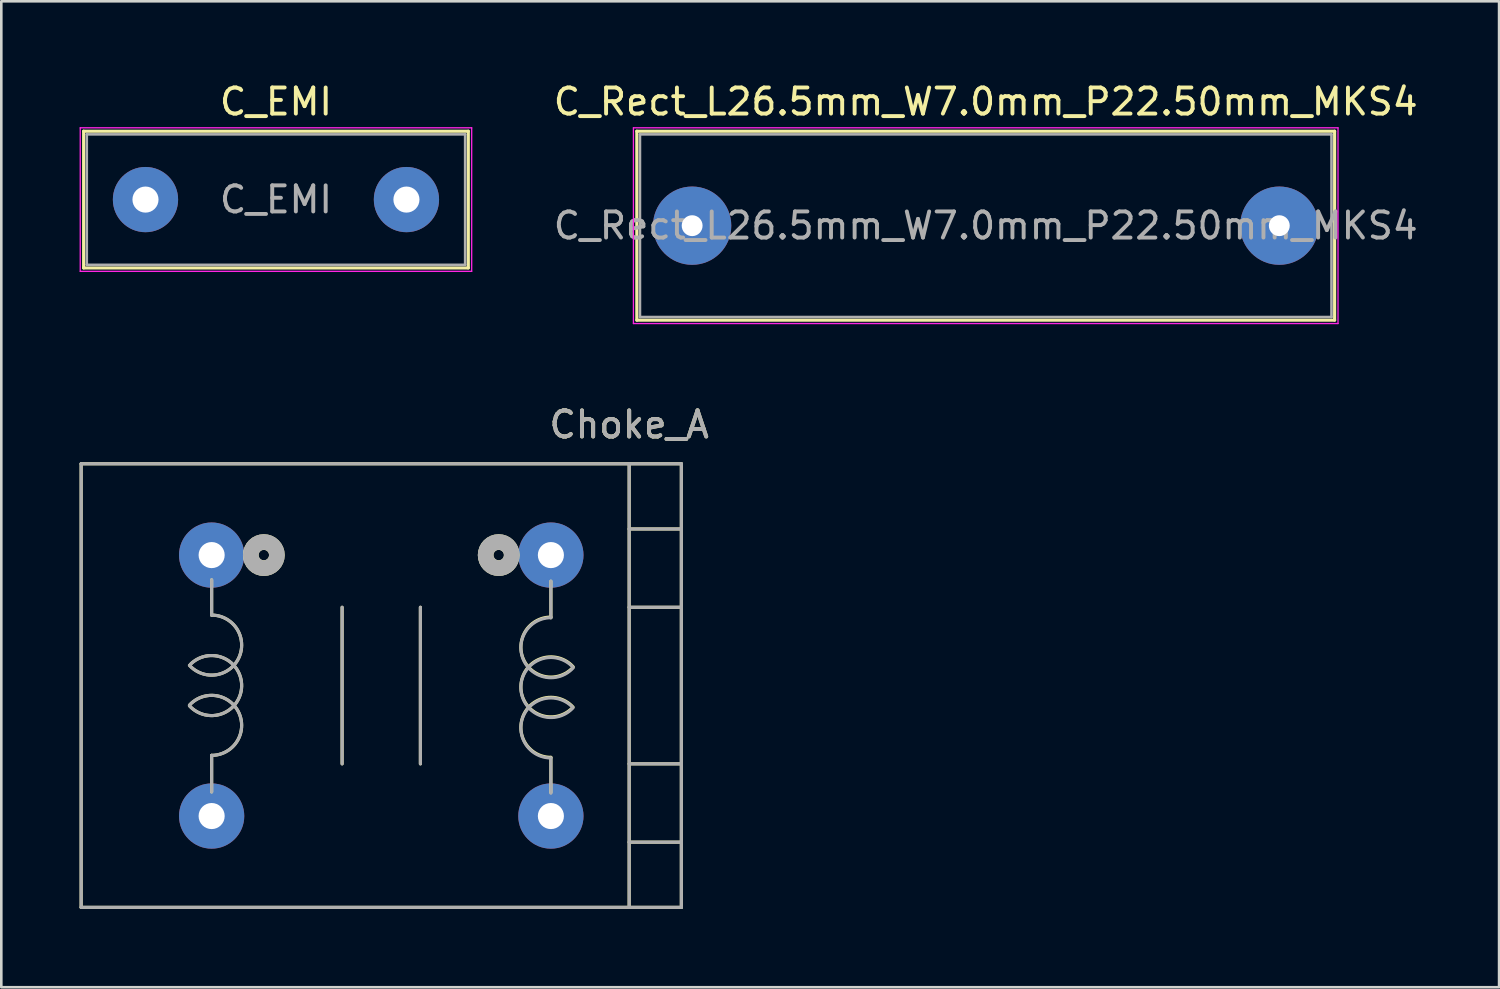
<source format=kicad_pcb>
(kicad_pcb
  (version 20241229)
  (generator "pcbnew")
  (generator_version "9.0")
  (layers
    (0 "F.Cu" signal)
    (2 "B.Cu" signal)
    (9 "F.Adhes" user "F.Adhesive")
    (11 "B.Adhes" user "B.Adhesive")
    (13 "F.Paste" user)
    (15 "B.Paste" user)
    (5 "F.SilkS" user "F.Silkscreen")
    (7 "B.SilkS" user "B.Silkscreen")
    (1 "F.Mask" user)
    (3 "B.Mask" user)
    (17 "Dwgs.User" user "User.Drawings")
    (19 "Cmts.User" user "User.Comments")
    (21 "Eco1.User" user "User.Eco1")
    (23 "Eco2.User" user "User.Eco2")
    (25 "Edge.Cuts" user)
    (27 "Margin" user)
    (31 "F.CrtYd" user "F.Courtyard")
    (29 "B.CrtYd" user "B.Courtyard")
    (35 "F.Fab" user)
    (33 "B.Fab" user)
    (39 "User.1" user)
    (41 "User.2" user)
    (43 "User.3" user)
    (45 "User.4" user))
  (footprint "C_EMI"
    (layer "F.Cu")
    (at 2.525 4.598)
    (property "Reference" "C_EMI" (at 5 -3.75 0) (layer "F.SilkS") (effects (font (size 1 1) (thickness 0.15))))
    (attr through_hole)
    (fp_line (start -2.37 -2.62) (end -2.37 2.62) (stroke (width 0.12) (type solid)) (layer "F.SilkS"))
    (fp_line (start -2.37 -2.62) (end 12.37 -2.62) (stroke (width 0.12) (type solid)) (layer "F.SilkS"))
    (fp_line (start -2.37 2.62) (end 12.37 2.62) (stroke (width 0.12) (type solid)) (layer "F.SilkS"))
    (fp_line (start 12.37 -2.62) (end 12.37 2.62) (stroke (width 0.12) (type solid)) (layer "F.SilkS"))
    (fp_line (start -2.5 -2.75) (end -2.5 2.75) (stroke (width 0.05) (type solid)) (layer "F.CrtYd"))
    (fp_line (start -2.5 2.75) (end 12.5 2.75) (stroke (width 0.05) (type solid)) (layer "F.CrtYd"))
    (fp_line (start 12.5 -2.75) (end -2.5 -2.75) (stroke (width 0.05) (type solid)) (layer "F.CrtYd"))
    (fp_line (start 12.5 2.75) (end 12.5 -2.75) (stroke (width 0.05) (type solid)) (layer "F.CrtYd"))
    (fp_line (start -2.25 -2.5) (end -2.25 2.5) (stroke (width 0.1) (type solid)) (layer "F.Fab"))
    (fp_line (start -2.25 2.5) (end 12.25 2.5) (stroke (width 0.1) (type solid)) (layer "F.Fab"))
    (fp_line (start 12.25 -2.5) (end -2.25 -2.5) (stroke (width 0.1) (type solid)) (layer "F.Fab"))
    (fp_line (start 12.25 2.5) (end 12.25 -2.5) (stroke (width 0.1) (type solid)) (layer "F.Fab"))
    (fp_text user "${REFERENCE}" (at 5 0 0) (layer "F.Fab") (effects (font (size 1 1) (thickness 0.15))))
    (pad "1" thru_hole circle (at 0 0) (size 2.5 2.5) (drill 1) (layers "*.Cu" "*.Mask"))
    (pad "2" thru_hole circle (at 10 0) (size 2.5 2.5) (drill 1) (layers "*.Cu" "*.Mask")))
  (footprint "Choke_A"
    (layer "F.Cu")
    (at 11.56 23.221)
    (property "Reference" "Choke_A" (at 9.5 -10 0) (layer "F.SilkS") (effects (font (size 1 1) (thickness 0.15))))
    (attr through_hole)
    (fp_line (start -11.5 -8.5) (end -11.5 8.5) (stroke (width 0.12) (type solid)) (layer "F.SilkS"))
    (fp_line (start -11.5 8.5) (end 11.5 8.5) (stroke (width 0.12) (type solid)) (layer "F.SilkS"))
    (fp_line (start -6.5 -2.7) (end -6.5 -4.05) (stroke (width 0.12) (type solid)) (layer "F.SilkS"))
    (fp_line (start -6.5 2.675) (end -6.5 4.075) (stroke (width 0.12) (type solid)) (layer "F.SilkS"))
    (fp_line (start -1.5 3) (end -1.5 -3) (stroke (width 0.12) (type solid)) (layer "F.SilkS"))
    (fp_line (start 1.5 3) (end 1.5 -3) (stroke (width 0.12) (type solid)) (layer "F.SilkS"))
    (fp_line (start 6.5 -2.6) (end 6.5 -4) (stroke (width 0.12) (type solid)) (layer "F.SilkS"))
    (fp_line (start 6.5 2.75) (end 6.5 4.1) (stroke (width 0.12) (type solid)) (layer "F.SilkS"))
    (fp_line (start 9.5 -6) (end 11.5 -6) (stroke (width 0.12) (type solid)) (layer "F.SilkS"))
    (fp_line (start 9.5 -3) (end 11.5 -3) (stroke (width 0.12) (type solid)) (layer "F.SilkS"))
    (fp_line (start 9.5 3) (end 11.5 3) (stroke (width 0.12) (type solid)) (layer "F.SilkS"))
    (fp_line (start 9.5 6) (end 11.5 6) (stroke (width 0.12) (type solid)) (layer "F.SilkS"))
    (fp_line (start 9.5 8.5) (end 9.5 -8.5) (stroke (width 0.12) (type solid)) (layer "F.SilkS"))
    (fp_line (start 11.5 -8.5) (end -11.5 -8.5) (stroke (width 0.12) (type solid)) (layer "F.SilkS"))
    (fp_line (start 11.5 8.5) (end 11.5 -8.5) (stroke (width 0.12) (type solid)) (layer "F.SilkS"))
    (fp_arc (start -7.349799 0.750183) (mid -5.447969 1.060532) (end -6.5 2.675) (stroke (width 0.12) (type solid)) (layer "F.SilkS"))
    (fp_arc (start -7.313365 -0.813365) (mid -5.350034 0.026524) (end -7.35 0.775) (stroke (width 0.12) (type solid)) (layer "F.SilkS"))
    (fp_arc (start -6.5 -2.700272) (mid -5.44772 -1.085422) (end -7.35 -0.775) (stroke (width 0.12) (type solid)) (layer "F.SilkS"))
    (fp_arc (start 6.5 2.750272) (mid 5.44772 1.135422) (end 7.35 0.825) (stroke (width 0.12) (type solid)) (layer "F.SilkS"))
    (fp_arc (start 7.313365 0.863365) (mid 5.350034 0.023476) (end 7.35 -0.725) (stroke (width 0.12) (type solid)) (layer "F.SilkS"))
    (fp_arc (start 7.349799 -0.700183) (mid 5.447969 -1.010532) (end 6.5 -2.625) (stroke (width 0.12) (type solid)) (layer "F.SilkS"))
    (fp_circle (center -4.5 -5) (end -4.3 -5) (stroke (width 0.6) (type solid)) (fill no) (layer "F.SilkS"))
    (fp_circle (center -4.5 -5) (end -4 -5) (stroke (width 0.2) (type solid)) (fill no) (layer "F.SilkS"))
    (fp_circle (center 4.5 -5) (end 4.7 -5) (stroke (width 0.6) (type solid)) (fill no) (layer "F.SilkS"))
    (fp_circle (center 4.5 -5) (end 5 -5) (stroke (width 0.2) (type solid)) (fill no) (layer "F.SilkS"))
    (fp_line (start -11.5 -8.5) (end -11.5 8.5) (stroke (width 0.12) (type solid)) (layer "F.Fab"))
    (fp_line (start -11.5 -8.5) (end 11.5 -8.5) (stroke (width 0.12) (type solid)) (layer "F.Fab"))
    (fp_line (start -11.5 8.5) (end 11.5 8.5) (stroke (width 0.12) (type solid)) (layer "F.Fab"))
    (fp_line (start -6.5 -2.7) (end -6.5 -4.05) (stroke (width 0.12) (type solid)) (layer "F.Fab"))
    (fp_line (start -6.5 2.675) (end -6.5 4.075) (stroke (width 0.12) (type solid)) (layer "F.Fab"))
    (fp_line (start -1.5 3) (end -1.5 -3) (stroke (width 0.12) (type solid)) (layer "F.Fab"))
    (fp_line (start 1.5 3) (end 1.5 -3) (stroke (width 0.12) (type solid)) (layer "F.Fab"))
    (fp_line (start 6.5 -2.6) (end 6.5 -4) (stroke (width 0.12) (type solid)) (layer "F.Fab"))
    (fp_line (start 6.5 2.775) (end 6.5 4.125) (stroke (width 0.12) (type solid)) (layer "F.Fab"))
    (fp_line (start 9.5 -8.5) (end 9.5 8.5) (stroke (width 0.12) (type solid)) (layer "F.Fab"))
    (fp_line (start 9.5 -6) (end 11.5 -6) (stroke (width 0.12) (type solid)) (layer "F.Fab"))
    (fp_line (start 9.5 -3) (end 11.5 -3) (stroke (width 0.12) (type solid)) (layer "F.Fab"))
    (fp_line (start 9.5 3) (end 11.5 3) (stroke (width 0.12) (type solid)) (layer "F.Fab"))
    (fp_line (start 9.5 6) (end 11.5 6) (stroke (width 0.12) (type solid)) (layer "F.Fab"))
    (fp_line (start 11.5 -8.5) (end 11.5 8.5) (stroke (width 0.12) (type solid)) (layer "F.Fab"))
    (fp_arc (start -7.349224 0.749552) (mid -5.447796 1.060923) (end -6.5 2.675) (stroke (width 0.12) (type solid)) (layer "F.Fab"))
    (fp_arc (start -7.312761 -0.813969) (mid -5.350044 0.026951) (end -7.35 0.775) (stroke (width 0.12) (type solid)) (layer "F.Fab"))
    (fp_arc (start -6.499146 -2.700271) (mid -5.447893 -1.085032) (end -7.35 -0.775) (stroke (width 0.12) (type solid)) (layer "F.Fab"))
    (fp_arc (start 6.499146 2.775271) (mid 5.447893 1.160032) (end 7.35 0.85) (stroke (width 0.12) (type solid)) (layer "F.Fab"))
    (fp_arc (start 7.312761 0.888969) (mid 5.350044 0.048049) (end 7.35 -0.7) (stroke (width 0.12) (type solid)) (layer "F.Fab"))
    (fp_arc (start 7.349224 -0.674552) (mid 5.447796 -0.985923) (end 6.5 -2.6) (stroke (width 0.12) (type solid)) (layer "F.Fab"))
    (fp_circle (center -4.5 -5) (end -4.3 -5) (stroke (width 0.6) (type solid)) (fill no) (layer "F.Fab"))
    (fp_circle (center -4.5 -5) (end -4 -5) (stroke (width 0.2) (type solid)) (fill no) (layer "F.Fab"))
    (fp_circle (center 4.5 -5) (end 4.7 -5) (stroke (width 0.6) (type solid)) (fill no) (layer "F.Fab"))
    (fp_circle (center 4.5 -5) (end 5 -5) (stroke (width 0.2) (type solid)) (fill no) (layer "F.Fab"))
    (fp_text user "${REFERENCE}" (at 9.5 -10 0) (layer "F.Fab") (effects (font (size 1 1) (thickness 0.15))))
    (pad "1" thru_hole circle (at -6.5 -5) (size 2.5 2.5) (drill 1) (layers "*.Cu" "*.Mask"))
    (pad "2" thru_hole circle (at -6.5 5) (size 2.5 2.5) (drill 1) (layers "*.Cu" "*.Mask"))
    (pad "3" thru_hole circle (at 6.5 -5) (size 2.5 2.5) (drill 1) (layers "*.Cu" "*.Mask"))
    (pad "4" thru_hole circle (at 6.5 5) (size 2.5 2.5) (drill 1) (layers "*.Cu" "*.Mask")))
  (footprint "C_Rect_L26.5mm_W7.0mm_P22.50mm_MKS4"
    (layer "F.Cu")
    (at 23.473 5.598)
    (property "Reference" "C_Rect_L26.5mm_W7.0mm_P22.50mm_MKS4" (at 11.25 -4.75 0) (layer "F.SilkS") (effects (font (size 1 1) (thickness 0.15))))
    (attr through_hole)
    (fp_line (start -2.12 -3.62) (end -2.12 3.62) (stroke (width 0.12) (type solid)) (layer "F.SilkS"))
    (fp_line (start -2.12 -3.62) (end 24.62 -3.62) (stroke (width 0.12) (type solid)) (layer "F.SilkS"))
    (fp_line (start -2.12 3.62) (end 24.62 3.62) (stroke (width 0.12) (type solid)) (layer "F.SilkS"))
    (fp_line (start 24.62 -3.62) (end 24.62 3.62) (stroke (width 0.12) (type solid)) (layer "F.SilkS"))
    (fp_line (start -2.25 -3.75) (end -2.25 3.75) (stroke (width 0.05) (type solid)) (layer "F.CrtYd"))
    (fp_line (start -2.25 3.75) (end 24.75 3.75) (stroke (width 0.05) (type solid)) (layer "F.CrtYd"))
    (fp_line (start 24.75 -3.75) (end -2.25 -3.75) (stroke (width 0.05) (type solid)) (layer "F.CrtYd"))
    (fp_line (start 24.75 3.75) (end 24.75 -3.75) (stroke (width 0.05) (type solid)) (layer "F.CrtYd"))
    (fp_line (start -2 -3.5) (end -2 3.5) (stroke (width 0.1) (type solid)) (layer "F.Fab"))
    (fp_line (start -2 3.5) (end 24.5 3.5) (stroke (width 0.1) (type solid)) (layer "F.Fab"))
    (fp_line (start 24.5 -3.5) (end -2 -3.5) (stroke (width 0.1) (type solid)) (layer "F.Fab"))
    (fp_line (start 24.5 3.5) (end 24.5 -3.5) (stroke (width 0.1) (type solid)) (layer "F.Fab"))
    (fp_text user "${REFERENCE}" (at 11.25 0 0) (layer "F.Fab") (effects (font (size 1 1) (thickness 0.15))))
    (pad "1" thru_hole circle (at 0 0) (size 3 3) (drill 0.8) (layers "*.Cu" "*.Mask"))
    (pad "2" thru_hole circle (at 22.5 0) (size 3 3) (drill 0.8) (layers "*.Cu" "*.Mask")))
  (gr_rect
    (start -3 -3)
    (end 54.395 34.782)
    (stroke (width 0.1) (type default))
    (fill no)
    (layer "Edge.Cuts")))
</source>
